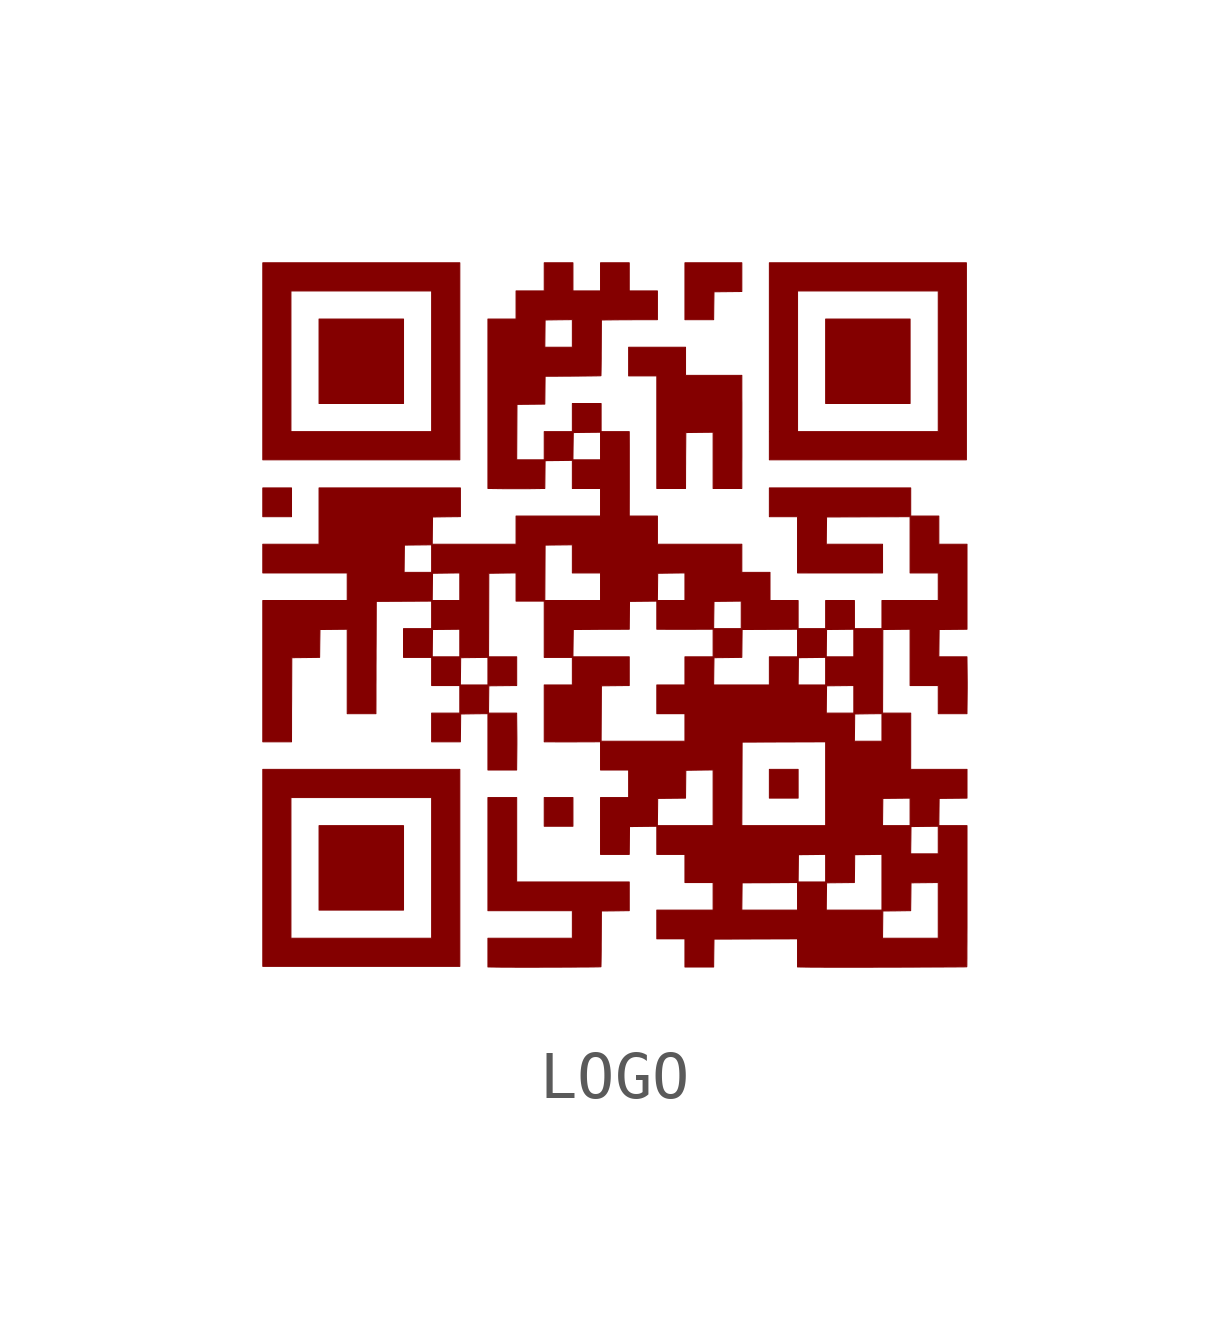
<source format=kicad_sym>
(kicad_symbol_lib
  (version 20220914)
  (generator bitmap2component)
  (symbol "LOGO"
    (pin_names
      (offset 1.016))
    (property "Reference" "#G"
      (at 0 7.868 0)
      (effects (font (size 1.27 1.27)) hide))
    (symbol "LOGO_0_0"
      (polyline (pts (xy -1.71 -7.347) (xy -1.575 -7.347) (xy -1.437 -7.346) (xy -1.297 -7.346) (xy -1.157 -7.346) (xy -1.022 -7.345) (xy -0.89 -7.345) (xy -0.767 -7.344) (xy -0.653 -7.343) (xy -0.55 -7.343) (xy -0.461 -7.342) (xy -0.388 -7.341) (xy -0.333 -7.34) (xy -0.298 -7.339) (xy -0.285 -7.338) (xy -0.284 -7.326) (xy -0.283 -7.291) (xy -0.282 -7.237) (xy -0.281 -7.166) (xy -0.28 -7.079) (xy -0.279 -6.981) (xy -0.279 -6.872) (xy -0.278 -6.755) (xy -0.275 -6.176) (xy 0.015 -6.173) (xy 0.305 -6.169) (xy 0.305 -5.87) (xy 0.305 -5.571) (xy -0.868 -5.571) (xy -2.041 -5.571) (xy -2.04 -4.988) (xy -2.04 -4.915) (xy -2.04 -4.782) (xy -2.04 -4.648) (xy -2.04 -4.517) (xy -2.04 -4.393) (xy -2.04 -4.28) (xy -2.04 -4.184) (xy -2.04 -4.108) (xy -2.04 -3.812) (xy -2.34 -3.812) (xy -2.639 -3.812) (xy -2.639 -4.991) (xy -2.639 -6.17) (xy -2.343 -6.17) (xy -2.303 -6.17) (xy -2.215 -6.17) (xy -2.109 -6.17) (xy -1.99 -6.17) (xy -1.861 -6.17) (xy -1.728 -6.17) (xy -1.594 -6.17) (xy -1.463 -6.17) (xy -0.88 -6.17) (xy -0.88 -6.457) (xy -0.88 -6.744) (xy -1.759 -6.744) (xy -2.639 -6.744) (xy -2.639 -7.043) (xy -2.639 -7.342) (xy -2.343 -7.346) (xy -2.329 -7.346) (xy -2.26 -7.346) (xy -2.174 -7.346) (xy -2.074 -7.347) (xy -1.962 -7.347) (xy -1.84 -7.347) (xy -1.71 -7.347)) (stroke (width 0.01) (type default)) (fill (type outline)))
      (polyline (pts (xy 4.89 -7.347) (xy 5.047 -7.347) (xy 5.211 -7.347) (xy 5.38 -7.347) (xy 5.552 -7.346) (xy 5.725 -7.346) (xy 5.898 -7.346) (xy 6.069 -7.345) (xy 6.237 -7.345) (xy 6.398 -7.344) (xy 6.553 -7.344) (xy 6.699 -7.343) (xy 6.834 -7.343) (xy 6.957 -7.342) (xy 7.066 -7.342) (xy 7.159 -7.341) (xy 7.234 -7.34) (xy 7.291 -7.34) (xy 7.326 -7.339) (xy 7.338 -7.339) (xy 7.339 -7.327) (xy 7.34 -7.293) (xy 7.34 -7.236) (xy 7.341 -7.159) (xy 7.341 -7.064) (xy 7.341 -6.95) (xy 7.342 -6.82) (xy 7.342 -6.675) (xy 7.343 -6.516) (xy 7.343 -6.345) (xy 7.343 -6.163) (xy 7.343 -5.971) (xy 7.343 -5.771) (xy 7.343 -5.564) (xy 7.343 -5.352) (xy 7.343 -5.135) (xy 7.343 -4.916) (xy 7.343 -4.694) (xy 7.343 -4.398) (xy 7.049 -4.398) (xy 6.756 -4.398) (xy 6.759 -4.114) (xy 6.762 -3.83) (xy 7.053 -3.827) (xy 7.343 -3.824) (xy 7.343 -3.525) (xy 7.343 -3.225) (xy 6.756 -3.225) (xy 6.169 -3.225) (xy 6.17 -2.935) (xy 6.17 -2.929) (xy 6.17 -2.823) (xy 6.17 -2.702) (xy 6.17 -2.577) (xy 6.17 -2.456) (xy 6.17 -2.349) (xy 6.17 -2.053) (xy 5.877 -2.053) (xy 5.584 -2.053) (xy 5.587 -1.182) (xy 5.589 -0.311) (xy 5.873 -0.308) (xy 6.157 -0.305) (xy 6.157 -0.892) (xy 6.157 -1.478) (xy 6.451 -1.478) (xy 6.744 -1.478) (xy 6.744 -1.772) (xy 6.744 -2.065) (xy 7.043 -2.065) (xy 7.342 -2.065) (xy 7.345 -1.768) (xy 7.345 -1.764) (xy 7.346 -1.655) (xy 7.347 -1.533) (xy 7.347 -1.406) (xy 7.346 -1.283) (xy 7.345 -1.176) (xy 7.342 -0.88) (xy 7.049 -0.88) (xy 6.756 -0.88) (xy 6.759 -0.596) (xy 6.762 -0.311) (xy 7.053 -0.308) (xy 7.343 -0.305) (xy 7.343 -0.018) (xy 7.343 -0.002) (xy 7.343 0.103) (xy 7.343 0.223) (xy 7.343 0.347) (xy 7.343 0.467) (xy 7.343 0.574) (xy 7.343 0.589) (xy 7.343 0.7) (xy 7.343 0.823) (xy 7.343 0.949) (xy 7.343 1.068) (xy 7.343 1.173) (xy 7.343 1.466) (xy 7.049 1.466) (xy 6.756 1.466) (xy 6.756 1.759) (xy 6.756 2.053) (xy 6.463 2.053) (xy 6.17 2.053) (xy 6.17 2.346) (xy 6.17 2.639) (xy 4.698 2.639) (xy 3.225 2.639) (xy 3.225 2.34) (xy 3.225 2.04) (xy 3.519 2.04) (xy 3.812 2.04) (xy 3.812 1.454) (xy 3.812 0.868) (xy 4.105 0.867) (xy 4.12 0.867) (xy 4.227 0.867) (xy 4.348 0.867) (xy 4.474 0.867) (xy 4.596 0.867) (xy 4.704 0.867) (xy 4.72 0.867) (xy 4.83 0.867) (xy 4.952 0.867) (xy 5.076 0.867) (xy 5.194 0.867) (xy 5.296 0.867) (xy 5.583 0.868) (xy 5.583 1.167) (xy 5.583 1.466) (xy 4.997 1.466) (xy 4.41 1.466) (xy 4.413 1.75) (xy 4.417 2.034) (xy 5.287 2.037) (xy 6.157 2.04) (xy 6.157 1.454) (xy 6.157 0.868) (xy 6.451 0.868) (xy 6.744 0.868) (xy 6.744 0.58) (xy 6.744 0.293) (xy 6.157 0.293) (xy 5.571 0.293) (xy 5.571 0) (xy 5.571 -0.293) (xy 5.284 -0.293) (xy 4.997 -0.293) (xy 4.997 0) (xy 4.997 0.293) (xy 4.698 0.293) (xy 4.398 0.293) (xy 4.398 0) (xy 4.398 -0.293) (xy 4.111 -0.293) (xy 3.824 -0.293) (xy 3.824 0) (xy 3.824 0.293) (xy 3.531 0.293) (xy 3.238 0.293) (xy 3.238 0.587) (xy 3.238 0.88) (xy 2.944 0.88) (xy 2.651 0.88) (xy 2.651 1.173) (xy 2.651 1.466) (xy 1.772 1.466) (xy 0.892 1.466) (xy 0.892 1.759) (xy 0.892 2.053) (xy 0.599 2.053) (xy 0.305 2.053) (xy 0.306 2.636) (xy 0.306 2.709) (xy 0.306 2.842) (xy 0.306 2.976) (xy 0.306 3.107) (xy 0.306 3.231) (xy 0.306 3.343) (xy 0.306 3.439) (xy 0.306 3.516) (xy 0.305 3.812) (xy 0.012 3.812) (xy -0.281 3.812) (xy -0.281 4.105) (xy -0.281 4.398) (xy -0.58 4.398) (xy -0.88 4.398) (xy -0.88 4.105) (xy -0.88 3.812) (xy -1.173 3.812) (xy -1.466 3.812) (xy -1.466 3.519) (xy -1.466 3.225) (xy -0.868 3.225) (xy -0.865 3.51) (xy -0.861 3.793) (xy -0.577 3.797) (xy -0.293 3.8) (xy -0.293 3.513) (xy -0.293 3.225) (xy -0.581 3.225) (xy -0.868 3.225) (xy -1.466 3.225) (xy -1.753 3.225) (xy -2.04 3.225) (xy -2.037 3.803) (xy -2.034 4.38) (xy -1.744 4.383) (xy -1.454 4.386) (xy -1.451 4.676) (xy -1.448 4.966) (xy -0.869 4.969) (xy -0.753 4.97) (xy -0.644 4.971) (xy -0.545 4.972) (xy -0.459 4.973) (xy -0.387 4.974) (xy -0.333 4.975) (xy -0.298 4.976) (xy -0.285 4.977) (xy -0.284 4.989) (xy -0.283 5.024) (xy -0.282 5.078) (xy -0.281 5.149) (xy -0.28 5.236) (xy -0.279 5.335) (xy -0.279 5.444) (xy -0.278 5.56) (xy -0.275 6.139) (xy 0.018 6.142) (xy 0.021 6.142) (xy 0.128 6.143) (xy 0.249 6.143) (xy 0.375 6.144) (xy 0.496 6.145) (xy 0.602 6.145) (xy 0.892 6.145) (xy 0.892 6.445) (xy 0.892 6.744) (xy 0.599 6.744) (xy 0.305 6.744) (xy 0.305 7.037) (xy 0.305 7.33) (xy 0.006 7.33) (xy -0.293 7.33) (xy -0.293 7.037) (xy -0.293 6.744) (xy -0.58 6.744) (xy -0.868 6.744) (xy -0.868 7.037) (xy -0.868 7.33) (xy -1.167 7.33) (xy -1.466 7.33) (xy -1.466 7.037) (xy -1.466 6.744) (xy -1.759 6.744) (xy -2.053 6.744) (xy -2.053 6.451) (xy -2.053 6.158) (xy -2.346 6.158) (xy -2.639 6.158) (xy -2.639 5.571) (xy -1.454 5.571) (xy -1.451 5.855) (xy -1.448 6.139) (xy -1.164 6.143) (xy -0.88 6.146) (xy -0.88 5.859) (xy -0.88 5.571) (xy -1.167 5.571) (xy -1.454 5.571) (xy -2.639 5.571) (xy -2.639 4.393) (xy -2.639 2.628) (xy -2.343 2.624) (xy -2.338 2.624) (xy -2.23 2.623) (xy -2.107 2.623) (xy -1.98 2.623) (xy -1.858 2.623) (xy -1.75 2.624) (xy -1.454 2.628) (xy -1.451 2.917) (xy -1.448 3.207) (xy -1.164 3.21) (xy -0.88 3.214) (xy -0.88 2.92) (xy -0.88 2.627) (xy -0.587 2.627) (xy -0.293 2.627) (xy -0.293 2.34) (xy -0.293 2.053) (xy -1.173 2.053) (xy -2.053 2.053) (xy -2.053 1.759) (xy -2.053 1.466) (xy -2.926 1.466) (xy -3.8 1.466) (xy -3.797 1.75) (xy -3.793 2.034) (xy -3.503 2.038) (xy -3.213 2.041) (xy -3.213 2.34) (xy -3.213 2.639) (xy -4.685 2.639) (xy -6.158 2.639) (xy -6.158 2.053) (xy -6.158 1.466) (xy -6.744 1.466) (xy -7.33 1.466) (xy -7.33 1.167) (xy -7.33 0.88) (xy -4.386 0.88) (xy -4.383 1.164) (xy -4.38 1.448) (xy -4.096 1.451) (xy -3.812 1.454) (xy -3.812 1.167) (xy -3.812 0.88) (xy -4.099 0.88) (xy -4.386 0.88) (xy -7.33 0.88) (xy -7.33 0.868) (xy -7.034 0.867) (xy -6.994 0.867) (xy -6.906 0.867) (xy -6.8 0.867) (xy -6.681 0.867) (xy -6.553 0.867) (xy -6.419 0.867) (xy -6.285 0.867) (xy -6.155 0.867) (xy -5.571 0.868) (xy -5.571 0.581) (xy -5.571 0.293) (xy -3.8 0.293) (xy -3.797 0.577) (xy -3.793 0.861) (xy -3.51 0.865) (xy -3.225 0.868) (xy -3.225 0.581) (xy -3.225 0.293) (xy -3.513 0.293) (xy -3.8 0.293) (xy -5.571 0.293) (xy -6.451 0.293) (xy -7.33 0.293) (xy -7.33 -1.179) (xy -7.33 -2.651) (xy -7.031 -2.651) (xy -6.732 -2.651) (xy -6.731 -2.361) (xy -6.731 -2.319) (xy -6.731 -2.232) (xy -6.731 -2.127) (xy -6.731 -2.009) (xy -6.73 -1.881) (xy -6.729 -1.749) (xy -6.729 -1.615) (xy -6.728 -1.484) (xy -6.726 -0.898) (xy -6.436 -0.895) (xy -6.146 -0.891) (xy -6.143 -0.602) (xy -6.139 -0.311) (xy -5.855 -0.308) (xy -5.571 -0.305) (xy -5.571 -1.185) (xy -5.571 -2.065) (xy -5.272 -2.065) (xy -4.973 -2.065) (xy -4.972 -1.774) (xy -4.972 -1.747) (xy -4.972 -1.674) (xy -4.972 -1.581) (xy -4.972 -1.47) (xy -4.971 -1.345) (xy -4.971 -1.208) (xy -4.971 -1.063) (xy -4.97 -0.912) (xy -4.97 -0.759) (xy -4.969 -0.605) (xy -4.966 0.275) (xy -4.389 0.278) (xy -3.812 0.281) (xy -3.812 -0.006) (xy -3.812 -0.293) (xy -4.105 -0.293) (xy -4.398 -0.293) (xy -4.398 -0.593) (xy -4.398 -0.88) (xy -3.8 -0.88) (xy -3.797 -0.596) (xy -3.793 -0.311) (xy -3.51 -0.308) (xy -3.225 -0.305) (xy -3.225 -0.592) (xy -3.225 -0.88) (xy -3.513 -0.88) (xy -3.8 -0.88) (xy -4.398 -0.88) (xy -4.398 -0.892) (xy -4.105 -0.892) (xy -3.812 -0.892) (xy -3.812 -1.185) (xy -3.812 -1.466) (xy -3.214 -1.466) (xy -3.21 -1.182) (xy -3.207 -0.898) (xy -2.923 -0.895) (xy -2.639 -0.891) (xy -2.639 -1.179) (xy -2.639 -1.466) (xy -2.926 -1.466) (xy -3.214 -1.466) (xy -3.812 -1.466) (xy -3.812 -1.478) (xy -3.519 -1.478) (xy -3.225 -1.478) (xy -3.225 -1.765) (xy -3.225 -2.053) (xy -3.519 -2.053) (xy -3.812 -2.053) (xy -3.812 -2.352) (xy -3.812 -2.651) (xy -3.513 -2.651) (xy -3.214 -2.651) (xy -3.21 -2.361) (xy -3.207 -2.071) (xy -2.923 -2.067) (xy -2.639 -2.064) (xy -2.639 -2.651) (xy -2.639 -3.238) (xy -2.34 -3.238) (xy -2.041 -3.238) (xy -2.038 -2.941) (xy -2.038 -2.937) (xy -2.037 -2.828) (xy -2.036 -2.706) (xy -2.036 -2.579) (xy -2.037 -2.456) (xy -2.038 -2.349) (xy -2.041 -2.053) (xy -2.334 -2.053) (xy -2.627 -2.053) (xy -2.624 -1.768) (xy -2.621 -1.484) (xy -2.33 -1.481) (xy -2.04 -1.478) (xy -2.04 -1.179) (xy -2.04 -0.88) (xy -2.333 -0.88) (xy -2.626 -0.88) (xy -2.623 -0.009) (xy -2.621 0.861) (xy -2.337 0.865) (xy -2.053 0.868) (xy -2.053 0.575) (xy -2.053 0.293) (xy -1.454 0.293) (xy -1.451 0.871) (xy -1.448 1.448) (xy -1.164 1.451) (xy -0.88 1.454) (xy -0.88 1.161) (xy -0.88 0.868) (xy -0.587 0.868) (xy -0.293 0.868) (xy -0.293 0.58) (xy -0.293 0.293) (xy 0.891 0.293) (xy 0.895 0.577) (xy 0.898 0.861) (xy 1.182 0.865) (xy 1.466 0.868) (xy 1.466 0.581) (xy 1.466 0.293) (xy 1.179 0.293) (xy 0.891 0.293) (xy -0.293 0.293) (xy -0.874 0.293) (xy -1.454 0.293) (xy -2.053 0.293) (xy -2.053 0.281) (xy -1.759 0.281) (xy -1.466 0.281) (xy -1.466 -0.305) (xy -1.466 -0.88) (xy -0.868 -0.88) (xy -0.865 -0.596) (xy -0.861 -0.311) (xy -0.568 -0.309) (xy -0.565 -0.309) (xy -0.458 -0.308) (xy -0.337 -0.307) (xy -0.211 -0.307) (xy -0.091 -0.306) (xy 0.015 -0.306) (xy 0.305 -0.305) (xy 0.308 -0.015) (xy 0.311 0.275) (xy 0.596 0.278) (xy 0.88 0.281) (xy 0.88 -0.012) (xy 0.88 -0.293) (xy 2.064 -0.293) (xy 2.067 -0.009) (xy 2.071 0.275) (xy 2.355 0.278) (xy 2.639 0.281) (xy 2.639 -0.006) (xy 2.639 -0.293) (xy 2.352 -0.293) (xy 2.064 -0.293) (xy 0.88 -0.293) (xy 0.88 -0.305) (xy 1.176 -0.306) (xy 1.182 -0.306) (xy 1.29 -0.306) (xy 1.411 -0.306) (xy 1.537 -0.306) (xy 1.657 -0.306) (xy 1.762 -0.305) (xy 2.053 -0.304) (xy 2.053 -0.592) (xy 2.053 -0.88) (xy 1.759 -0.88) (xy 1.466 -0.88) (xy 1.466 -1.173) (xy 1.466 -1.466) (xy 2.064 -1.466) (xy 2.067 -1.182) (xy 2.071 -0.898) (xy 2.361 -0.895) (xy 2.651 -0.891) (xy 2.654 -0.602) (xy 2.657 -0.311) (xy 3.235 -0.308) (xy 3.812 -0.305) (xy 3.812 -0.593) (xy 3.812 -0.88) (xy 4.41 -0.88) (xy 4.413 -0.596) (xy 4.417 -0.311) (xy 4.701 -0.308) (xy 4.985 -0.305) (xy 4.985 -0.592) (xy 4.985 -0.88) (xy 4.697 -0.88) (xy 4.41 -0.88) (xy 3.812 -0.88) (xy 3.519 -0.88) (xy 3.225 -0.88) (xy 3.225 -1.173) (xy 3.225 -1.466) (xy 3.824 -1.466) (xy 3.827 -1.182) (xy 3.83 -0.898) (xy 4.114 -0.895) (xy 4.398 -0.891) (xy 4.398 -1.179) (xy 4.398 -1.466) (xy 4.111 -1.466) (xy 3.824 -1.466) (xy 3.225 -1.466) (xy 2.645 -1.466) (xy 2.064 -1.466) (xy 1.466 -1.466) (xy 1.173 -1.466) (xy 0.88 -1.466) (xy 0.88 -1.765) (xy 0.88 -2.053) (xy 4.41 -2.053) (xy 4.413 -1.768) (xy 4.417 -1.484) (xy 4.701 -1.481) (xy 4.985 -1.478) (xy 4.985 -1.765) (xy 4.985 -2.053) (xy 4.697 -2.053) (xy 4.41 -2.053) (xy 0.88 -2.053) (xy 0.88 -2.065) (xy 1.173 -2.065) (xy 1.466 -2.065) (xy 1.466 -2.352) (xy 1.466 -2.639) (xy 4.996 -2.639) (xy 5 -2.355) (xy 5.003 -2.071) (xy 5.287 -2.067) (xy 5.571 -2.064) (xy 5.571 -2.352) (xy 5.571 -2.639) (xy 5.284 -2.639) (xy 4.996 -2.639) (xy 1.466 -2.639) (xy 0.593 -2.639) (xy -0.281 -2.639) (xy -0.278 -2.062) (xy -0.275 -1.484) (xy 0.015 -1.481) (xy 0.305 -1.478) (xy 0.305 -1.179) (xy 0.305 -0.88) (xy -0.281 -0.88) (xy -0.868 -0.88) (xy -1.466 -0.88) (xy -1.466 -0.892) (xy -1.173 -0.892) (xy -0.88 -0.892) (xy -0.88 -1.179) (xy -0.88 -1.466) (xy -1.173 -1.466) (xy -1.466 -1.466) (xy -1.466 -2.059) (xy -1.466 -2.651) (xy -1.17 -2.652) (xy -1.164 -2.652) (xy -1.056 -2.652) (xy -0.934 -2.652) (xy -0.809 -2.652) (xy -0.689 -2.651) (xy -0.583 -2.651) (xy -0.293 -2.65) (xy -0.293 -2.944) (xy -0.293 -3.238) (xy 0 -3.238) (xy 0.293 -3.238) (xy 0.293 -3.525) (xy 0.293 -3.812) (xy 0 -3.812) (xy -0.293 -3.812) (xy -0.293 -4.398) (xy 0.891 -4.398) (xy 0.895 -4.114) (xy 0.898 -3.83) (xy 1.188 -3.827) (xy 1.478 -3.824) (xy 1.481 -3.534) (xy 1.484 -3.244) (xy 1.768 -3.24) (xy 2.053 -3.237) (xy 2.053 -3.818) (xy 2.053 -4.398) (xy 2.651 -4.398) (xy 2.654 -3.528) (xy 2.657 -2.657) (xy 3.528 -2.654) (xy 4.398 -2.651) (xy 4.398 -3.525) (xy 4.398 -4.398) (xy 5.583 -4.398) (xy 5.586 -4.114) (xy 5.589 -3.83) (xy 5.873 -3.827) (xy 6.157 -3.824) (xy 6.157 -4.111) (xy 6.157 -4.398) (xy 5.87 -4.398) (xy 5.583 -4.398) (xy 4.398 -4.398) (xy 3.525 -4.398) (xy 2.651 -4.398) (xy 2.053 -4.398) (xy 1.472 -4.398) (xy 0.891 -4.398) (xy -0.293 -4.398) (xy -0.293 -4.404) (xy -0.293 -4.997) (xy 0.006 -4.997) (xy 0.305 -4.997) (xy 0.308 -4.707) (xy 0.311 -4.417) (xy 0.596 -4.413) (xy 0.88 -4.41) (xy 0.88 -4.703) (xy 0.88 -4.985) (xy 6.169 -4.985) (xy 6.173 -4.701) (xy 6.176 -4.417) (xy 6.46 -4.413) (xy 6.744 -4.41) (xy 6.744 -4.697) (xy 6.744 -4.985) (xy 6.457 -4.985) (xy 6.169 -4.985) (xy 0.88 -4.985) (xy 0.88 -4.997) (xy 1.173 -4.997) (xy 1.466 -4.997) (xy 1.466 -5.29) (xy 1.466 -5.571) (xy 3.824 -5.571) (xy 3.827 -5.287) (xy 3.83 -5.003) (xy 4.114 -5) (xy 4.398 -4.996) (xy 4.398 -5.284) (xy 4.398 -5.571) (xy 4.111 -5.571) (xy 3.824 -5.571) (xy 1.466 -5.571) (xy 1.466 -5.583) (xy 1.759 -5.583) (xy 2.053 -5.583) (xy 2.053 -5.87) (xy 2.053 -6.157) (xy 2.651 -6.157) (xy 2.654 -5.873) (xy 2.657 -5.589) (xy 3.235 -5.587) (xy 3.812 -5.583) (xy 3.812 -5.87) (xy 3.812 -6.157) (xy 4.41 -6.157) (xy 4.413 -5.873) (xy 4.417 -5.589) (xy 4.707 -5.586) (xy 4.996 -5.583) (xy 5 -5.293) (xy 5.003 -5.003) (xy 5.287 -5) (xy 5.571 -4.996) (xy 5.571 -5.577) (xy 5.571 -6.157) (xy 4.991 -6.157) (xy 4.41 -6.157) (xy 3.812 -6.157) (xy 3.231 -6.157) (xy 2.651 -6.157) (xy 2.053 -6.157) (xy 1.466 -6.157) (xy 0.88 -6.157) (xy 0.88 -6.457) (xy 0.88 -6.744) (xy 5.583 -6.744) (xy 5.586 -6.46) (xy 5.589 -6.176) (xy 5.879 -6.173) (xy 6.169 -6.169) (xy 6.173 -5.879) (xy 6.176 -5.589) (xy 6.46 -5.586) (xy 6.744 -5.583) (xy 6.744 -6.163) (xy 6.744 -6.744) (xy 6.163 -6.744) (xy 5.583 -6.744) (xy 0.88 -6.744) (xy 0.88 -6.756) (xy 1.173 -6.756) (xy 1.466 -6.756) (xy 1.466 -7.049) (xy 1.466 -7.343) (xy 1.765 -7.343) (xy 2.064 -7.343) (xy 2.067 -7.053) (xy 2.071 -6.762) (xy 2.941 -6.759) (xy 3.812 -6.756) (xy 3.812 -7.049) (xy 3.812 -7.342) (xy 4.108 -7.346) (xy 4.122 -7.346) (xy 4.184 -7.346) (xy 4.265 -7.346) (xy 4.363 -7.347) (xy 4.476 -7.347) (xy 4.603 -7.347) (xy 4.742 -7.347) (xy 4.89 -7.347)) (stroke (width 0.01) (type default)) (fill (type outline)))
      (polyline (pts (xy -3.225 -5.278) (xy -3.225 -3.225) (xy -5.278 -3.225) (xy -7.33 -3.225) (xy -7.33 -5.278) (xy -7.33 -6.744) (xy -6.744 -6.744) (xy -6.744 -5.278) (xy -6.744 -3.812) (xy -5.278 -3.812) (xy -3.812 -3.812) (xy -3.812 -5.278) (xy -3.812 -6.744) (xy -5.278 -6.744) (xy -6.744 -6.744) (xy -7.33 -6.744) (xy -7.33 -7.33) (xy -5.278 -7.33) (xy -3.225 -7.33) (xy -3.225 -5.278)) (stroke (width 0.01) (type default)) (fill (type outline)))
      (polyline (pts (xy -0.868 -4.111) (xy -0.868 -3.812) (xy -1.167 -3.812) (xy -1.466 -3.812) (xy -1.466 -4.111) (xy -1.466 -4.41) (xy -1.167 -4.41) (xy -0.868 -4.41) (xy -0.868 -4.111)) (stroke (width 0.01) (type default)) (fill (type outline)))
      (polyline (pts (xy -6.732 2.34) (xy -6.732 2.639) (xy -7.031 2.639) (xy -7.33 2.639) (xy -7.33 2.34) (xy -7.33 2.04) (xy -7.031 2.04) (xy -6.732 2.04) (xy -6.732 2.34)) (stroke (width 0.01) (type default)) (fill (type outline)))
      (polyline (pts (xy 1.479 2.917) (xy 1.479 2.92) (xy 1.479 3.026) (xy 1.48 3.147) (xy 1.48 3.273) (xy 1.481 3.394) (xy 1.482 3.5) (xy 1.484 3.793) (xy 1.768 3.797) (xy 2.053 3.8) (xy 2.053 3.213) (xy 2.053 2.627) (xy 2.352 2.627) (xy 2.651 2.627) (xy 2.651 2.914) (xy 2.651 2.962) (xy 2.651 3.049) (xy 2.651 3.155) (xy 2.652 3.273) (xy 2.652 3.401) (xy 2.652 3.534) (xy 2.652 3.668) (xy 2.652 3.8) (xy 2.652 3.888) (xy 2.652 4.023) (xy 2.652 4.157) (xy 2.652 4.288) (xy 2.652 4.411) (xy 2.651 4.522) (xy 2.651 4.617) (xy 2.651 4.691) (xy 2.651 4.985) (xy 2.065 4.985) (xy 1.478 4.985) (xy 1.478 5.278) (xy 1.478 5.571) (xy 0.886 5.571) (xy 0.293 5.571) (xy 0.293 5.272) (xy 0.293 4.973) (xy 0.586 4.973) (xy 0.88 4.973) (xy 0.88 3.8) (xy 0.88 2.627) (xy 1.179 2.627) (xy 1.478 2.627) (xy 1.479 2.917)) (stroke (width 0.01) (type default)) (fill (type outline)))
      (polyline (pts (xy -3.225 5.278) (xy -3.225 7.33) (xy -5.278 7.33) (xy -7.33 7.33) (xy -7.33 5.278) (xy -7.33 3.812) (xy -6.744 3.812) (xy -6.744 5.278) (xy -6.744 6.744) (xy -5.278 6.744) (xy -3.812 6.744) (xy -3.812 5.278) (xy -3.812 3.812) (xy -5.278 3.812) (xy -6.744 3.812) (xy -7.33 3.812) (xy -7.33 3.225) (xy -5.278 3.225) (xy -3.225 3.225) (xy -3.225 5.278)) (stroke (width 0.01) (type default)) (fill (type outline)))
      (polyline (pts (xy 7.33 5.278) (xy 7.33 7.33) (xy 5.278 7.33) (xy 3.225 7.33) (xy 3.225 5.278) (xy 3.225 3.812) (xy 3.812 3.812) (xy 3.812 5.278) (xy 3.812 6.744) (xy 5.278 6.744) (xy 6.744 6.744) (xy 6.744 5.278) (xy 6.744 3.812) (xy 5.278 3.812) (xy 3.812 3.812) (xy 3.225 3.812) (xy 3.225 3.225) (xy 5.278 3.225) (xy 7.33 3.225) (xy 7.33 5.278)) (stroke (width 0.01) (type default)) (fill (type outline)))
      (polyline (pts (xy 2.067 6.436) (xy 2.071 6.726) (xy 2.361 6.729) (xy 2.651 6.732) (xy 2.651 7.031) (xy 2.651 7.33) (xy 2.059 7.33) (xy 1.466 7.33) (xy 1.466 6.738) (xy 1.466 6.145) (xy 1.765 6.145) (xy 2.064 6.145) (xy 2.067 6.436)) (stroke (width 0.01) (type default)) (fill (type outline)))
      (polyline (pts (xy 3.824 -3.525) (xy 3.824 -3.225) (xy 3.525 -3.225) (xy 3.225 -3.225) (xy 3.225 -3.525) (xy 3.225 -3.824) (xy 3.525 -3.824) (xy 3.824 -3.824) (xy 3.824 -3.525)) (stroke (width 0.01) (type default)) (fill (type outline)))
      (polyline (pts (xy -4.398 -5.278) (xy -4.398 -4.398) (xy -5.278 -4.398) (xy -6.158 -4.398) (xy -6.158 -5.278) (xy -6.158 -6.157) (xy -5.278 -6.157) (xy -4.398 -6.157) (xy -4.398 -5.278)) (stroke (width 0.01) (type default)) (fill (type outline)))
      (polyline (pts (xy -4.398 5.278) (xy -4.398 6.158) (xy -5.278 6.158) (xy -6.158 6.158) (xy -6.158 5.278) (xy -6.158 4.398) (xy -5.278 4.398) (xy -4.398 4.398) (xy -4.398 5.278)) (stroke (width 0.01) (type default)) (fill (type outline)))
      (polyline (pts (xy 6.157 5.278) (xy 6.157 6.158) (xy 5.278 6.158) (xy 4.398 6.158) (xy 4.398 5.278) (xy 4.398 4.398) (xy 5.278 4.398) (xy 6.157 4.398) (xy 6.157 5.278)) (stroke (width 0.01) (type default)) (fill (type outline))))))
</source>
